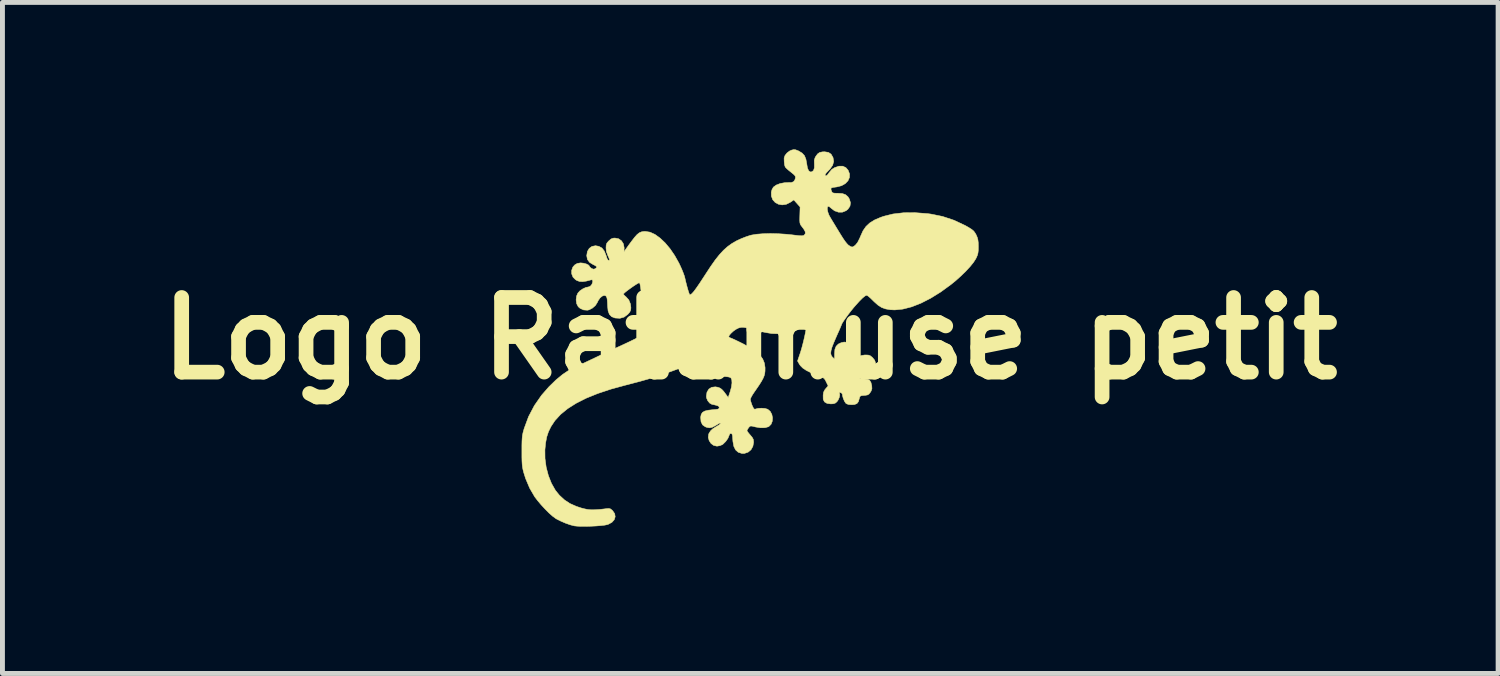
<source format=kicad_pcb>
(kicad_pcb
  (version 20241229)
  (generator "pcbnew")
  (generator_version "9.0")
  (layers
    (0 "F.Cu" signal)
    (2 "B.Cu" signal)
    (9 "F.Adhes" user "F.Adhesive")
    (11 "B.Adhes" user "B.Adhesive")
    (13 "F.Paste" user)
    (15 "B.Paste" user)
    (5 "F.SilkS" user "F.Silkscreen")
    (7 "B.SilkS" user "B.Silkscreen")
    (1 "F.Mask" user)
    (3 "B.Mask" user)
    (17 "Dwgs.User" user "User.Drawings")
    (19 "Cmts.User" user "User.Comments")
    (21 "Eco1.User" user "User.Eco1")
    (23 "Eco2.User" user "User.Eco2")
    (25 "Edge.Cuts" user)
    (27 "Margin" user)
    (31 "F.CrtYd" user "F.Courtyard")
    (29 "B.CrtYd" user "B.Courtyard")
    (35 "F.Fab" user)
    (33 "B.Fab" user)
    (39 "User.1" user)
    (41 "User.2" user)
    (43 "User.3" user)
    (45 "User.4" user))
  (footprint "Logo Ratamuse petit"
    (layer "F.Cu")
    (at 12.272 3.86)
    (property "Reference" "Logo Ratamuse petit" (at 0 0 0) (layer "F.SilkS") (effects (font (size 1.524 1.524) (thickness 0.3))))
    (attr through_hole)
    (fp_poly (pts (xy 0.926 -3.851) (xy 0.975 -3.832) (xy 0.987 -3.827) (xy 1.058 -3.784) (xy 1.107 -3.731) (xy 1.136 -3.658) (xy 1.152 -3.571) (xy 1.167 -3.481) (xy 1.191 -3.424) (xy 1.224 -3.399) (xy 1.259 -3.402) (xy 1.292 -3.43) (xy 1.309 -3.483) (xy 1.309 -3.562) (xy 1.308 -3.576) (xy 1.307 -3.639) (xy 1.323 -3.69) (xy 1.337 -3.716) (xy 1.376 -3.768) (xy 1.418 -3.797) (xy 1.476 -3.809) (xy 1.52 -3.81) (xy 1.596 -3.798) (xy 1.65 -3.762) (xy 1.688 -3.696) (xy 1.69 -3.691) (xy 1.703 -3.613) (xy 1.682 -3.536) (xy 1.629 -3.46) (xy 1.606 -3.437) (xy 1.553 -3.381) (xy 1.528 -3.343) (xy 1.53 -3.323) (xy 1.548 -3.319) (xy 1.571 -3.333) (xy 1.599 -3.367) (xy 1.609 -3.384) (xy 1.666 -3.451) (xy 1.721 -3.486) (xy 1.811 -3.517) (xy 1.888 -3.517) (xy 1.953 -3.486) (xy 1.998 -3.434) (xy 2.027 -3.359) (xy 2.025 -3.286) (xy 1.995 -3.218) (xy 1.94 -3.161) (xy 1.864 -3.118) (xy 1.768 -3.093) (xy 1.752 -3.091) (xy 1.691 -3.083) (xy 1.657 -3.073) (xy 1.646 -3.056) (xy 1.652 -3.026) (xy 1.659 -3.007) (xy 1.67 -2.984) (xy 1.687 -2.971) (xy 1.719 -2.965) (xy 1.774 -2.963) (xy 1.792 -2.963) (xy 1.881 -2.957) (xy 1.946 -2.934) (xy 1.995 -2.891) (xy 2.024 -2.844) (xy 2.046 -2.77) (xy 2.036 -2.7) (xy 1.994 -2.638) (xy 1.955 -2.607) (xy 1.881 -2.577) (xy 1.801 -2.577) (xy 1.721 -2.605) (xy 1.648 -2.661) (xy 1.644 -2.665) (xy 1.609 -2.693) (xy 1.586 -2.694) (xy 1.573 -2.672) (xy 1.573 -2.633) (xy 1.584 -2.58) (xy 1.606 -2.519) (xy 1.637 -2.463) (xy 1.676 -2.398) (xy 1.724 -2.319) (xy 1.77 -2.243) (xy 1.775 -2.235) (xy 1.841 -2.127) (xy 1.893 -2.044) (xy 1.935 -1.983) (xy 1.969 -1.94) (xy 1.997 -1.91) (xy 2.014 -1.897) (xy 2.056 -1.871) (xy 2.087 -1.866) (xy 2.121 -1.884) (xy 2.148 -1.906) (xy 2.191 -1.958) (xy 2.234 -2.043) (xy 2.253 -2.088) (xy 2.302 -2.197) (xy 2.363 -2.285) (xy 2.44 -2.357) (xy 2.538 -2.418) (xy 2.662 -2.471) (xy 2.725 -2.493) (xy 2.914 -2.54) (xy 3.128 -2.565) (xy 3.364 -2.567) (xy 3.623 -2.547) (xy 3.691 -2.538) (xy 3.926 -2.49) (xy 4.161 -2.412) (xy 4.391 -2.304) (xy 4.456 -2.267) (xy 4.52 -2.227) (xy 4.563 -2.191) (xy 4.594 -2.148) (xy 4.613 -2.114) (xy 4.635 -2.063) (xy 4.648 -2.016) (xy 4.655 -1.959) (xy 4.657 -1.881) (xy 4.657 -1.874) (xy 4.656 -1.798) (xy 4.65 -1.743) (xy 4.638 -1.698) (xy 4.617 -1.649) (xy 4.602 -1.62) (xy 4.556 -1.549) (xy 4.487 -1.464) (xy 4.4 -1.37) (xy 4.3 -1.273) (xy 4.192 -1.176) (xy 4.097 -1.099) (xy 3.887 -0.946) (xy 3.682 -0.819) (xy 3.484 -0.718) (xy 3.295 -0.644) (xy 3.116 -0.598) (xy 2.951 -0.581) (xy 2.862 -0.585) (xy 2.766 -0.601) (xy 2.684 -0.63) (xy 2.608 -0.679) (xy 2.527 -0.751) (xy 2.508 -0.77) (xy 2.458 -0.819) (xy 2.415 -0.857) (xy 2.385 -0.878) (xy 2.378 -0.881) (xy 2.345 -0.867) (xy 2.294 -0.826) (xy 2.227 -0.759) (xy 2.145 -0.668) (xy 2.108 -0.625) (xy 2.053 -0.557) (xy 1.998 -0.485) (xy 1.948 -0.416) (xy 1.905 -0.355) (xy 1.876 -0.308) (xy 1.863 -0.281) (xy 1.863 -0.279) (xy 1.856 -0.261) (xy 1.838 -0.218) (xy 1.811 -0.155) (xy 1.776 -0.078) (xy 1.753 -0.025) (xy 1.703 0.091) (xy 1.668 0.181) (xy 1.649 0.25) (xy 1.643 0.303) (xy 1.651 0.344) (xy 1.671 0.376) (xy 1.682 0.386) (xy 1.721 0.423) (xy 1.721 0.313) (xy 1.728 0.224) (xy 1.753 0.161) (xy 1.798 0.116) (xy 1.855 0.089) (xy 1.917 0.075) (xy 1.973 0.081) (xy 1.983 0.084) (xy 2.037 0.112) (xy 2.07 0.16) (xy 2.082 0.23) (xy 2.073 0.324) (xy 2.063 0.372) (xy 2.052 0.426) (xy 2.052 0.456) (xy 2.063 0.472) (xy 2.067 0.475) (xy 2.113 0.49) (xy 2.15 0.476) (xy 2.167 0.45) (xy 2.203 0.389) (xy 2.259 0.352) (xy 2.337 0.339) (xy 2.35 0.339) (xy 2.408 0.341) (xy 2.447 0.353) (xy 2.482 0.38) (xy 2.499 0.396) (xy 2.54 0.446) (xy 2.556 0.494) (xy 2.557 0.511) (xy 2.541 0.587) (xy 2.498 0.651) (xy 2.433 0.699) (xy 2.354 0.725) (xy 2.313 0.728) (xy 2.273 0.731) (xy 2.253 0.739) (xy 2.252 0.741) (xy 2.248 0.766) (xy 2.241 0.792) (xy 2.238 0.813) (xy 2.247 0.825) (xy 2.277 0.829) (xy 2.326 0.83) (xy 2.393 0.836) (xy 2.437 0.857) (xy 2.464 0.9) (xy 2.481 0.97) (xy 2.481 0.974) (xy 2.484 1.028) (xy 2.468 1.075) (xy 2.452 1.101) (xy 2.424 1.137) (xy 2.394 1.155) (xy 2.349 1.163) (xy 2.325 1.165) (xy 2.274 1.169) (xy 2.247 1.179) (xy 2.234 1.2) (xy 2.228 1.223) (xy 2.208 1.292) (xy 2.177 1.332) (xy 2.127 1.351) (xy 2.074 1.355) (xy 2.009 1.351) (xy 1.967 1.336) (xy 1.948 1.322) (xy 1.923 1.283) (xy 1.899 1.227) (xy 1.883 1.169) (xy 1.88 1.141) (xy 1.866 1.118) (xy 1.853 1.111) (xy 1.822 1.101) (xy 1.816 1.109) (xy 1.821 1.119) (xy 1.827 1.155) (xy 1.817 1.207) (xy 1.794 1.259) (xy 1.77 1.293) (xy 1.736 1.322) (xy 1.696 1.335) (xy 1.645 1.338) (xy 1.568 1.328) (xy 1.516 1.298) (xy 1.491 1.25) (xy 1.489 1.236) (xy 1.488 1.157) (xy 1.497 1.099) (xy 1.521 1.052) (xy 1.54 1.028) (xy 1.59 0.971) (xy 1.554 0.896) (xy 1.533 0.854) (xy 1.514 0.826) (xy 1.489 0.805) (xy 1.45 0.785) (xy 1.39 0.762) (xy 1.363 0.752) (xy 1.238 0.701) (xy 1.142 0.653) (xy 1.072 0.606) (xy 1.024 0.558) (xy 1.006 0.533) (xy 0.965 0.462) (xy 1.025 0.286) (xy 1.047 0.213) (xy 1.07 0.128) (xy 1.093 0.035) (xy 1.114 -0.058) (xy 1.131 -0.143) (xy 1.143 -0.216) (xy 1.149 -0.268) (xy 1.148 -0.291) (xy 1.133 -0.291) (xy 1.099 -0.273) (xy 1.058 -0.245) (xy 0.927 -0.166) (xy 0.779 -0.115) (xy 0.615 -0.093) (xy 0.437 -0.099) (xy 0.328 -0.117) (xy 0.259 -0.131) (xy 0.201 -0.145) (xy 0.164 -0.156) (xy 0.156 -0.159) (xy 0.132 -0.167) (xy 0.083 -0.18) (xy 0.019 -0.195) (xy -0.015 -0.203) (xy -0.09 -0.218) (xy -0.141 -0.226) (xy -0.18 -0.226) (xy -0.215 -0.219) (xy -0.244 -0.21) (xy -0.291 -0.186) (xy -0.343 -0.15) (xy -0.39 -0.107) (xy -0.426 -0.067) (xy -0.44 -0.036) (xy -0.44 -0.034) (xy -0.426 -0.018) (xy -0.394 -0.005) (xy -0.362 0.008) (xy -0.307 0.033) (xy -0.236 0.067) (xy -0.157 0.106) (xy -0.141 0.114) (xy 0.001 0.193) (xy 0.113 0.268) (xy 0.196 0.343) (xy 0.254 0.421) (xy 0.288 0.505) (xy 0.302 0.598) (xy 0.301 0.669) (xy 0.295 0.718) (xy 0.283 0.765) (xy 0.261 0.817) (xy 0.228 0.878) (xy 0.18 0.954) (xy 0.115 1.049) (xy 0.085 1.092) (xy 0.046 1.15) (xy 0.017 1.202) (xy 0.002 1.237) (xy 0.001 1.244) (xy 0.007 1.278) (xy 0.023 1.329) (xy 0.037 1.368) (xy 0.062 1.42) (xy 0.081 1.444) (xy 0.1 1.446) (xy 0.101 1.445) (xy 0.157 1.43) (xy 0.229 1.426) (xy 0.299 1.431) (xy 0.354 1.447) (xy 0.355 1.447) (xy 0.407 1.491) (xy 0.44 1.552) (xy 0.454 1.622) (xy 0.449 1.692) (xy 0.425 1.754) (xy 0.38 1.799) (xy 0.372 1.804) (xy 0.301 1.824) (xy 0.21 1.826) (xy 0.105 1.809) (xy 0.089 1.805) (xy 0.037 1.792) (xy 0.007 1.79) (xy -0.013 1.8) (xy -0.034 1.824) (xy -0.057 1.859) (xy -0.068 1.884) (xy -0.068 1.884) (xy -0.057 1.905) (xy -0.029 1.941) (xy 0 1.975) (xy 0.04 2.023) (xy 0.061 2.062) (xy 0.067 2.106) (xy 0.068 2.121) (xy 0.053 2.205) (xy 0.014 2.275) (xy -0.045 2.324) (xy -0.118 2.349) (xy -0.174 2.349) (xy -0.246 2.326) (xy -0.3 2.278) (xy -0.336 2.205) (xy -0.355 2.103) (xy -0.359 2.042) (xy -0.363 1.986) (xy -0.373 1.955) (xy -0.391 1.942) (xy -0.391 1.942) (xy -0.416 1.946) (xy -0.431 1.978) (xy -0.432 1.981) (xy -0.457 2.042) (xy -0.502 2.106) (xy -0.556 2.159) (xy -0.571 2.17) (xy -0.621 2.191) (xy -0.678 2.201) (xy -0.683 2.201) (xy -0.748 2.186) (xy -0.802 2.146) (xy -0.84 2.088) (xy -0.858 2.022) (xy -0.85 1.955) (xy -0.841 1.937) (xy -0.811 1.889) (xy -0.769 1.849) (xy -0.706 1.808) (xy -0.682 1.794) (xy -0.64 1.769) (xy -0.614 1.748) (xy -0.61 1.741) (xy -0.612 1.73) (xy -0.625 1.731) (xy -0.653 1.746) (xy -0.704 1.777) (xy -0.705 1.778) (xy -0.773 1.814) (xy -0.83 1.827) (xy -0.889 1.817) (xy -0.92 1.805) (xy -0.975 1.766) (xy -1.006 1.702) (xy -1.013 1.617) (xy -1.013 1.608) (xy -1.002 1.552) (xy -0.975 1.511) (xy -0.928 1.484) (xy -0.856 1.467) (xy -0.776 1.458) (xy -0.707 1.452) (xy -0.664 1.446) (xy -0.643 1.436) (xy -0.635 1.422) (xy -0.635 1.415) (xy -0.639 1.396) (xy -0.654 1.382) (xy -0.687 1.369) (xy -0.743 1.355) (xy -0.784 1.347) (xy -0.829 1.322) (xy -0.868 1.275) (xy -0.893 1.217) (xy -0.897 1.181) (xy -0.884 1.098) (xy -0.846 1.036) (xy -0.788 0.999) (xy -0.714 0.99) (xy -0.663 0.998) (xy -0.621 1.014) (xy -0.583 1.04) (xy -0.543 1.083) (xy -0.494 1.148) (xy -0.484 1.162) (xy -0.451 1.208) (xy -0.412 1.092) (xy -0.385 0.995) (xy -0.374 0.911) (xy -0.378 0.845) (xy -0.394 0.81) (xy -0.412 0.797) (xy -0.448 0.787) (xy -0.507 0.78) (xy -0.593 0.774) (xy -0.616 0.772) (xy -0.836 0.745) (xy -1.042 0.688) (xy -1.217 0.609) (xy -1.308 0.56) (xy -1.598 0.668) (xy -1.76 0.726) (xy -1.919 0.779) (xy -2.083 0.83) (xy -2.26 0.88) (xy -2.459 0.932) (xy -2.548 0.955) (xy -2.848 1.037) (xy -3.115 1.126) (xy -3.35 1.221) (xy -3.554 1.324) (xy -3.728 1.434) (xy -3.873 1.552) (xy -3.99 1.68) (xy -4.07 1.801) (xy -4.121 1.905) (xy -4.157 2.013) (xy -4.18 2.136) (xy -4.194 2.278) (xy -4.192 2.454) (xy -4.168 2.632) (xy -4.123 2.803) (xy -4.06 2.962) (xy -3.98 3.103) (xy -3.899 3.203) (xy -3.795 3.299) (xy -3.683 3.373) (xy -3.552 3.431) (xy -3.456 3.463) (xy -3.383 3.482) (xy -3.316 3.495) (xy -3.249 3.501) (xy -3.173 3.5) (xy -3.081 3.494) (xy -2.964 3.481) (xy -2.943 3.478) (xy -2.891 3.474) (xy -2.856 3.482) (xy -2.824 3.507) (xy -2.811 3.519) (xy -2.769 3.58) (xy -2.759 3.643) (xy -2.778 3.703) (xy -2.825 3.756) (xy -2.898 3.796) (xy -2.918 3.803) (xy -2.97 3.814) (xy -3.048 3.823) (xy -3.143 3.831) (xy -3.247 3.836) (xy -3.353 3.839) (xy -3.452 3.839) (xy -3.536 3.835) (xy -3.596 3.829) (xy -3.598 3.828) (xy -3.679 3.807) (xy -3.775 3.773) (xy -3.872 3.731) (xy -3.956 3.689) (xy -3.981 3.673) (xy -4.04 3.629) (xy -4.113 3.564) (xy -4.191 3.485) (xy -4.269 3.401) (xy -4.34 3.317) (xy -4.398 3.241) (xy -4.402 3.236) (xy -4.505 3.059) (xy -4.588 2.863) (xy -4.626 2.742) (xy -4.641 2.685) (xy -4.651 2.632) (xy -4.658 2.576) (xy -4.662 2.509) (xy -4.664 2.423) (xy -4.664 2.312) (xy -4.664 2.294) (xy -4.664 2.183) (xy -4.662 2.097) (xy -4.658 2.032) (xy -4.652 1.978) (xy -4.642 1.929) (xy -4.628 1.877) (xy -4.617 1.839) (xy -4.527 1.596) (xy -4.409 1.372) (xy -4.263 1.162) (xy -4.112 0.989) (xy -3.969 0.85) (xy -3.835 0.739) (xy -3.706 0.652) (xy -3.581 0.588) (xy -3.514 0.558) (xy -3.426 0.517) (xy -3.33 0.472) (xy -3.235 0.427) (xy -3.226 0.423) (xy -3.136 0.38) (xy -3.048 0.338) (xy -2.97 0.301) (xy -2.912 0.274) (xy -2.904 0.27) (xy -2.73 0.19) (xy -2.584 0.123) (xy -2.463 0.066) (xy -2.365 0.018) (xy -2.286 -0.022) (xy -2.224 -0.056) (xy -2.176 -0.086) (xy -2.139 -0.112) (xy -2.112 -0.135) (xy -2.029 -0.212) (xy -2.054 -0.279) (xy -2.092 -0.387) (xy -2.13 -0.507) (xy -2.164 -0.628) (xy -2.193 -0.742) (xy -2.213 -0.839) (xy -2.219 -0.881) (xy -2.232 -0.978) (xy -2.241 -1.047) (xy -2.249 -1.092) (xy -2.255 -1.119) (xy -2.262 -1.131) (xy -2.269 -1.134) (xy -2.271 -1.135) (xy -2.293 -1.125) (xy -2.335 -1.1) (xy -2.388 -1.065) (xy -2.446 -1.024) (xy -2.502 -0.983) (xy -2.55 -0.946) (xy -2.581 -0.918) (xy -2.591 -0.906) (xy -2.578 -0.884) (xy -2.547 -0.855) (xy -2.538 -0.848) (xy -2.481 -0.785) (xy -2.447 -0.702) (xy -2.438 -0.625) (xy -2.443 -0.577) (xy -2.461 -0.538) (xy -2.498 -0.495) (xy -2.503 -0.49) (xy -2.578 -0.434) (xy -2.663 -0.41) (xy -2.76 -0.416) (xy -2.765 -0.417) (xy -2.831 -0.443) (xy -2.877 -0.49) (xy -2.904 -0.562) (xy -2.914 -0.661) (xy -2.914 -0.667) (xy -2.917 -0.734) (xy -2.922 -0.793) (xy -2.928 -0.83) (xy -2.949 -0.867) (xy -2.983 -0.877) (xy -3.024 -0.863) (xy -3.066 -0.828) (xy -3.105 -0.773) (xy -3.125 -0.731) (xy -3.164 -0.67) (xy -3.224 -0.618) (xy -3.291 -0.583) (xy -3.327 -0.575) (xy -3.404 -0.581) (xy -3.475 -0.613) (xy -3.514 -0.647) (xy -3.546 -0.709) (xy -3.557 -0.786) (xy -3.547 -0.865) (xy -3.521 -0.924) (xy -3.481 -0.969) (xy -3.422 -1.01) (xy -3.358 -1.04) (xy -3.306 -1.05) (xy -3.267 -1.065) (xy -3.235 -1.103) (xy -3.218 -1.152) (xy -3.217 -1.165) (xy -3.224 -1.194) (xy -3.246 -1.196) (xy -3.247 -1.196) (xy -3.347 -1.17) (xy -3.424 -1.159) (xy -3.485 -1.162) (xy -3.538 -1.18) (xy -3.569 -1.199) (xy -3.62 -1.25) (xy -3.647 -1.317) (xy -3.648 -1.388) (xy -3.624 -1.455) (xy -3.586 -1.499) (xy -3.534 -1.53) (xy -3.47 -1.541) (xy -3.461 -1.541) (xy -3.404 -1.535) (xy -3.349 -1.52) (xy -3.306 -1.499) (xy -3.286 -1.477) (xy -3.285 -1.473) (xy -3.272 -1.453) (xy -3.244 -1.43) (xy -3.205 -1.413) (xy -3.171 -1.42) (xy -3.168 -1.422) (xy -3.139 -1.444) (xy -3.139 -1.466) (xy -3.171 -1.489) (xy -3.208 -1.507) (xy -3.282 -1.552) (xy -3.326 -1.612) (xy -3.34 -1.688) (xy -3.34 -1.69) (xy -3.327 -1.773) (xy -3.289 -1.837) (xy -3.233 -1.878) (xy -3.161 -1.892) (xy -3.093 -1.88) (xy -3.029 -1.845) (xy -2.981 -1.783) (xy -2.945 -1.693) (xy -2.926 -1.633) (xy -2.908 -1.601) (xy -2.889 -1.592) (xy -2.88 -1.594) (xy -2.876 -1.612) (xy -2.89 -1.652) (xy -2.904 -1.68) (xy -2.939 -1.774) (xy -2.946 -1.847) (xy -2.943 -1.903) (xy -2.93 -1.943) (xy -2.899 -1.981) (xy -2.889 -1.991) (xy -2.844 -2.03) (xy -2.8 -2.046) (xy -2.764 -2.049) (xy -2.689 -2.034) (xy -2.63 -1.992) (xy -2.591 -1.93) (xy -2.576 -1.851) (xy -2.577 -1.817) (xy -2.58 -1.78) (xy -2.576 -1.772) (xy -2.567 -1.785) (xy -2.55 -1.81) (xy -2.517 -1.856) (xy -2.474 -1.916) (xy -2.426 -1.981) (xy -2.363 -2.063) (xy -2.312 -2.12) (xy -2.265 -2.157) (xy -2.219 -2.176) (xy -2.167 -2.184) (xy -2.144 -2.184) (xy -2.048 -2.169) (xy -1.947 -2.123) (xy -1.844 -2.049) (xy -1.74 -1.951) (xy -1.639 -1.831) (xy -1.544 -1.692) (xy -1.457 -1.537) (xy -1.429 -1.478) (xy -1.395 -1.402) (xy -1.366 -1.329) (xy -1.345 -1.271) (xy -1.338 -1.245) (xy -1.322 -1.174) (xy -1.303 -1.098) (xy -1.283 -1.024) (xy -1.264 -0.96) (xy -1.248 -0.914) (xy -1.239 -0.893) (xy -1.221 -0.892) (xy -1.192 -0.914) (xy -1.151 -0.96) (xy -1.098 -1.032) (xy -1.03 -1.131) (xy -0.947 -1.258) (xy -0.919 -1.301) (xy -0.813 -1.463) (xy -0.719 -1.597) (xy -0.631 -1.708) (xy -0.547 -1.799) (xy -0.463 -1.874) (xy -0.377 -1.936) (xy -0.284 -1.99) (xy -0.27 -1.997) (xy -0.181 -2.038) (xy -0.086 -2.075) (xy -0.000413 -2.103) (xy 0.028 -2.11) (xy 0.133 -2.127) (xy 0.263 -2.137) (xy 0.411 -2.141) (xy 0.569 -2.137) (xy 0.728 -2.127) (xy 0.855 -2.114) (xy 0.946 -2.103) (xy 1.009 -2.096) (xy 1.051 -2.095) (xy 1.078 -2.098) (xy 1.096 -2.105) (xy 1.105 -2.113) (xy 1.124 -2.142) (xy 1.121 -2.18) (xy 1.093 -2.231) (xy 1.06 -2.275) (xy 1.036 -2.306) (xy 1.021 -2.333) (xy 1.013 -2.364) (xy 1.01 -2.409) (xy 1.011 -2.474) (xy 1.012 -2.512) (xy 1.017 -2.684) (xy 0.889 -2.828) (xy 0.814 -2.777) (xy 0.732 -2.737) (xy 0.65 -2.726) (xy 0.574 -2.74) (xy 0.508 -2.776) (xy 0.458 -2.832) (xy 0.431 -2.905) (xy 0.429 -2.986) (xy 0.444 -3.04) (xy 0.471 -3.087) (xy 0.475 -3.091) (xy 0.532 -3.132) (xy 0.61 -3.162) (xy 0.701 -3.179) (xy 0.771 -3.182) (xy 0.839 -3.183) (xy 0.883 -3.199) (xy 0.909 -3.234) (xy 0.921 -3.271) (xy 0.923 -3.297) (xy 0.914 -3.32) (xy 0.888 -3.348) (xy 0.84 -3.387) (xy 0.83 -3.395) (xy 0.778 -3.437) (xy 0.737 -3.474) (xy 0.714 -3.5) (xy 0.713 -3.502) (xy 0.7 -3.543) (xy 0.693 -3.605) (xy 0.691 -3.671) (xy 0.692 -3.686) (xy 0.709 -3.735) (xy 0.749 -3.785) (xy 0.802 -3.826) (xy 0.845 -3.845) (xy 0.888 -3.855) (xy 0.926 -3.851)) (stroke (width 0.01) (type solid)) (fill yes) (layer "F.SilkS")))
  (gr_rect
    (start -3 -3)
    (end 27.544 10.703)
    (stroke (width 0.1) (type default))
    (fill no)
    (layer "Edge.Cuts")))
</source>
